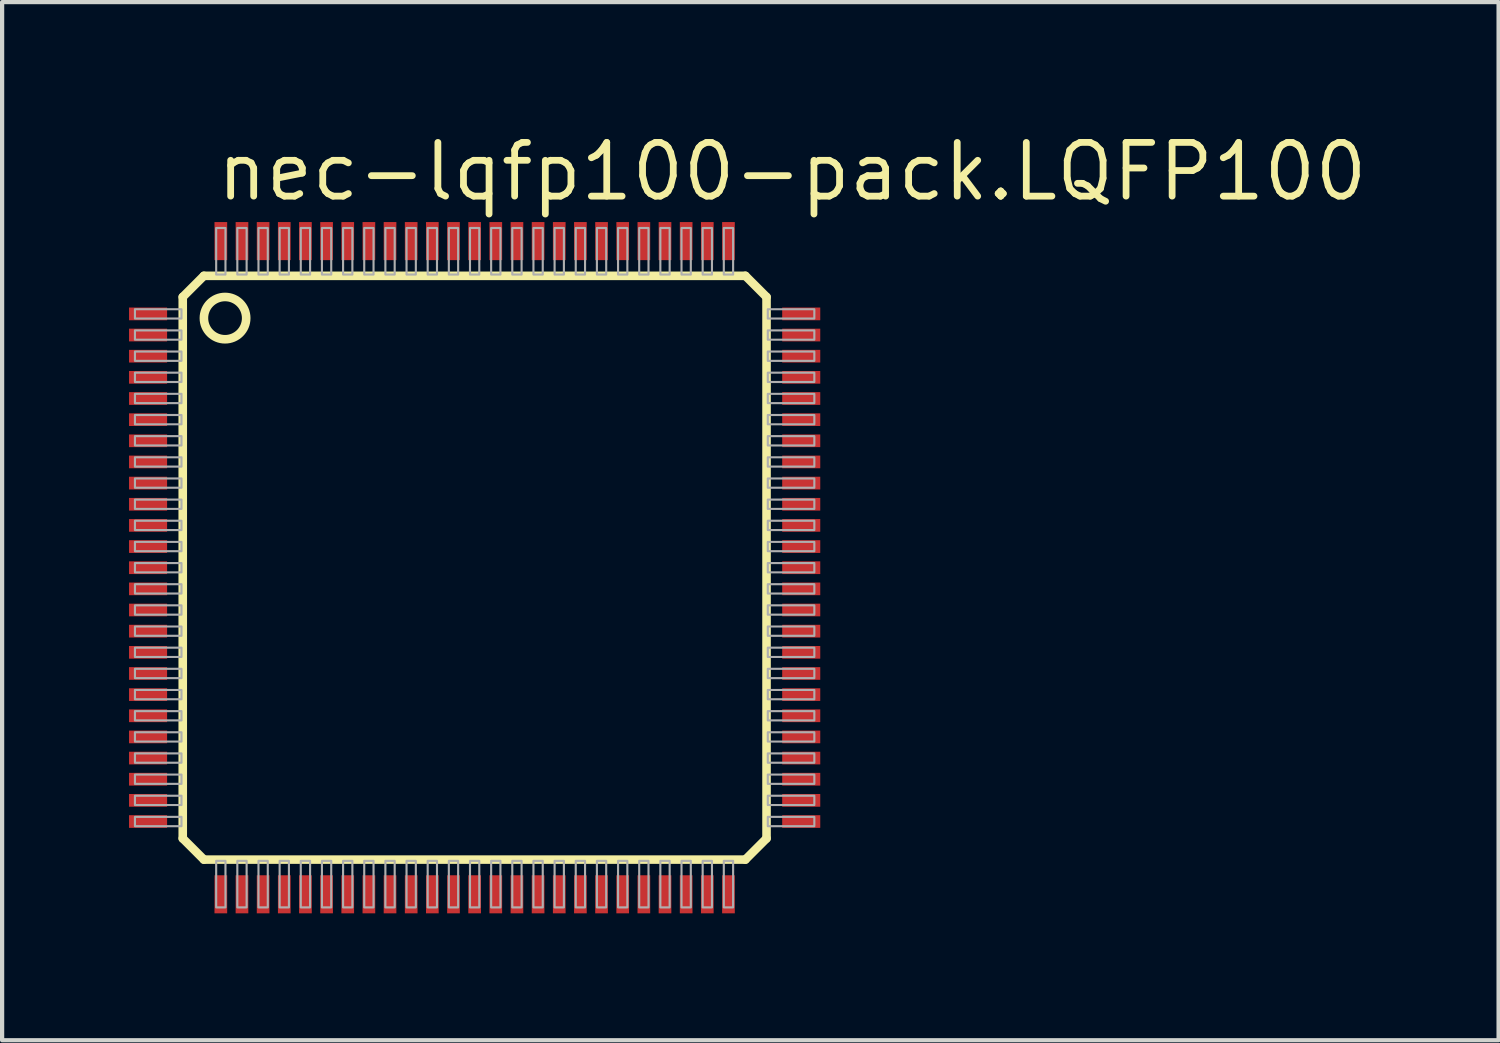
<source format=kicad_pcb>
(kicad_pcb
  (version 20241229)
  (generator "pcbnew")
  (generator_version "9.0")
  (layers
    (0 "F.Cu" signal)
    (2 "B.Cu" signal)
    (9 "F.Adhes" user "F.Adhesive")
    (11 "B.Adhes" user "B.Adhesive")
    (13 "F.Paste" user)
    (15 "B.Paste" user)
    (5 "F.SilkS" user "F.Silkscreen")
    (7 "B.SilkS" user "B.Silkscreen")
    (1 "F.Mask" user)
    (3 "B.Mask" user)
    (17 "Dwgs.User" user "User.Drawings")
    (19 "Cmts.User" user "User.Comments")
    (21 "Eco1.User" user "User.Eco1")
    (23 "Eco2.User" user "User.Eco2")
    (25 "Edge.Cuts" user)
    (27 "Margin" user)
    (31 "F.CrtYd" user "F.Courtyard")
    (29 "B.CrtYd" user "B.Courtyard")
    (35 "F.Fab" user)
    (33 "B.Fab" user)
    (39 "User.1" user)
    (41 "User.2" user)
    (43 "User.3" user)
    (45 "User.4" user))
  (footprint "nec-lqfp100-pack.LQFP100"
    (layer "F.Cu")
    (at 8.17 10.37)
    (property "Reference" "nec-lqfp100-pack.LQFP100" (at -6.175 -8.62 0) (layer "F.SilkS") (effects (font (size 1.27 1.27) (thickness 0.16)) (justify left bottom)))
    (attr smd)
    (fp_line (start -6.9 -6.4) (end -6.9 6.4) (stroke (width 0.203) (type default)) (layer "F.SilkS"))
    (fp_line (start -6.4 -6.9) (end -6.9 -6.4) (stroke (width 0.203) (type default)) (layer "F.SilkS"))
    (fp_line (start -6.4 6.9) (end -6.9 6.4) (stroke (width 0.203) (type default)) (layer "F.SilkS"))
    (fp_line (start -6.4 6.9) (end 6.4 6.9) (stroke (width 0.203) (type default)) (layer "F.SilkS"))
    (fp_line (start 6.4 -6.9) (end -6.4 -6.9) (stroke (width 0.203) (type default)) (layer "F.SilkS"))
    (fp_line (start 6.4 -6.9) (end 6.9 -6.4) (stroke (width 0.203) (type default)) (layer "F.SilkS"))
    (fp_line (start 6.4 6.9) (end 6.9 6.4) (stroke (width 0.203) (type default)) (layer "F.SilkS"))
    (fp_line (start 6.9 6.4) (end 6.9 -6.4) (stroke (width 0.203) (type default)) (layer "F.SilkS"))
    (fp_circle (center -5.9 -5.9) (end -5.4 -5.9) (stroke (width 0.203) (type default)) (fill no) (layer "F.SilkS"))
    (fp_rect (start -8.03 -5.89) (end -6.93 -6.11) (stroke (width 0.05) (type default)) (fill no) (layer "F.Fab"))
    (fp_rect (start -8.03 -5.39) (end -6.93 -5.61) (stroke (width 0.05) (type default)) (fill no) (layer "F.Fab"))
    (fp_rect (start -8.03 -4.89) (end -6.93 -5.11) (stroke (width 0.05) (type default)) (fill no) (layer "F.Fab"))
    (fp_rect (start -8.03 -4.39) (end -6.93 -4.61) (stroke (width 0.05) (type default)) (fill no) (layer "F.Fab"))
    (fp_rect (start -8.03 -3.89) (end -6.93 -4.11) (stroke (width 0.05) (type default)) (fill no) (layer "F.Fab"))
    (fp_rect (start -8.03 -3.39) (end -6.93 -3.61) (stroke (width 0.05) (type default)) (fill no) (layer "F.Fab"))
    (fp_rect (start -8.03 -2.89) (end -6.93 -3.11) (stroke (width 0.05) (type default)) (fill no) (layer "F.Fab"))
    (fp_rect (start -8.03 -2.39) (end -6.93 -2.61) (stroke (width 0.05) (type default)) (fill no) (layer "F.Fab"))
    (fp_rect (start -8.03 -1.89) (end -6.93 -2.11) (stroke (width 0.05) (type default)) (fill no) (layer "F.Fab"))
    (fp_rect (start -8.03 -1.39) (end -6.93 -1.61) (stroke (width 0.05) (type default)) (fill no) (layer "F.Fab"))
    (fp_rect (start -8.03 -0.89) (end -6.93 -1.11) (stroke (width 0.05) (type default)) (fill no) (layer "F.Fab"))
    (fp_rect (start -8.03 -0.39) (end -6.93 -0.61) (stroke (width 0.05) (type default)) (fill no) (layer "F.Fab"))
    (fp_rect (start -8.03 0.11) (end -6.93 -0.11) (stroke (width 0.05) (type default)) (fill no) (layer "F.Fab"))
    (fp_rect (start -8.03 0.61) (end -6.93 0.39) (stroke (width 0.05) (type default)) (fill no) (layer "F.Fab"))
    (fp_rect (start -8.03 1.11) (end -6.93 0.89) (stroke (width 0.05) (type default)) (fill no) (layer "F.Fab"))
    (fp_rect (start -8.03 1.61) (end -6.93 1.39) (stroke (width 0.05) (type default)) (fill no) (layer "F.Fab"))
    (fp_rect (start -8.03 2.11) (end -6.93 1.89) (stroke (width 0.05) (type default)) (fill no) (layer "F.Fab"))
    (fp_rect (start -8.03 2.61) (end -6.93 2.39) (stroke (width 0.05) (type default)) (fill no) (layer "F.Fab"))
    (fp_rect (start -8.03 3.11) (end -6.93 2.89) (stroke (width 0.05) (type default)) (fill no) (layer "F.Fab"))
    (fp_rect (start -8.03 3.61) (end -6.93 3.39) (stroke (width 0.05) (type default)) (fill no) (layer "F.Fab"))
    (fp_rect (start -8.03 4.11) (end -6.93 3.89) (stroke (width 0.05) (type default)) (fill no) (layer "F.Fab"))
    (fp_rect (start -8.03 4.61) (end -6.93 4.39) (stroke (width 0.05) (type default)) (fill no) (layer "F.Fab"))
    (fp_rect (start -8.03 5.11) (end -6.93 4.89) (stroke (width 0.05) (type default)) (fill no) (layer "F.Fab"))
    (fp_rect (start -8.03 5.61) (end -6.93 5.39) (stroke (width 0.05) (type default)) (fill no) (layer "F.Fab"))
    (fp_rect (start -8.03 6.11) (end -6.93 5.89) (stroke (width 0.05) (type default)) (fill no) (layer "F.Fab"))
    (fp_rect (start -6.11 -6.93) (end -5.89 -8.03) (stroke (width 0.05) (type default)) (fill no) (layer "F.Fab"))
    (fp_rect (start -6.11 8.03) (end -5.89 6.93) (stroke (width 0.05) (type default)) (fill no) (layer "F.Fab"))
    (fp_rect (start -5.61 -6.93) (end -5.39 -8.03) (stroke (width 0.05) (type default)) (fill no) (layer "F.Fab"))
    (fp_rect (start -5.61 8.03) (end -5.39 6.93) (stroke (width 0.05) (type default)) (fill no) (layer "F.Fab"))
    (fp_rect (start -5.11 -6.93) (end -4.89 -8.03) (stroke (width 0.05) (type default)) (fill no) (layer "F.Fab"))
    (fp_rect (start -5.11 8.03) (end -4.89 6.93) (stroke (width 0.05) (type default)) (fill no) (layer "F.Fab"))
    (fp_rect (start -4.61 -6.93) (end -4.39 -8.03) (stroke (width 0.05) (type default)) (fill no) (layer "F.Fab"))
    (fp_rect (start -4.61 8.03) (end -4.39 6.93) (stroke (width 0.05) (type default)) (fill no) (layer "F.Fab"))
    (fp_rect (start -4.11 -6.93) (end -3.89 -8.03) (stroke (width 0.05) (type default)) (fill no) (layer "F.Fab"))
    (fp_rect (start -4.11 8.03) (end -3.89 6.93) (stroke (width 0.05) (type default)) (fill no) (layer "F.Fab"))
    (fp_rect (start -3.61 -6.93) (end -3.39 -8.03) (stroke (width 0.05) (type default)) (fill no) (layer "F.Fab"))
    (fp_rect (start -3.61 8.03) (end -3.39 6.93) (stroke (width 0.05) (type default)) (fill no) (layer "F.Fab"))
    (fp_rect (start -3.11 -6.93) (end -2.89 -8.03) (stroke (width 0.05) (type default)) (fill no) (layer "F.Fab"))
    (fp_rect (start -3.11 8.03) (end -2.89 6.93) (stroke (width 0.05) (type default)) (fill no) (layer "F.Fab"))
    (fp_rect (start -2.61 -6.93) (end -2.39 -8.03) (stroke (width 0.05) (type default)) (fill no) (layer "F.Fab"))
    (fp_rect (start -2.61 8.03) (end -2.39 6.93) (stroke (width 0.05) (type default)) (fill no) (layer "F.Fab"))
    (fp_rect (start -2.11 -6.93) (end -1.89 -8.03) (stroke (width 0.05) (type default)) (fill no) (layer "F.Fab"))
    (fp_rect (start -2.11 8.03) (end -1.89 6.93) (stroke (width 0.05) (type default)) (fill no) (layer "F.Fab"))
    (fp_rect (start -1.61 -6.93) (end -1.39 -8.03) (stroke (width 0.05) (type default)) (fill no) (layer "F.Fab"))
    (fp_rect (start -1.61 8.03) (end -1.39 6.93) (stroke (width 0.05) (type default)) (fill no) (layer "F.Fab"))
    (fp_rect (start -1.11 -6.93) (end -0.89 -8.03) (stroke (width 0.05) (type default)) (fill no) (layer "F.Fab"))
    (fp_rect (start -1.11 8.03) (end -0.89 6.93) (stroke (width 0.05) (type default)) (fill no) (layer "F.Fab"))
    (fp_rect (start -0.61 -6.93) (end -0.39 -8.03) (stroke (width 0.05) (type default)) (fill no) (layer "F.Fab"))
    (fp_rect (start -0.61 8.03) (end -0.39 6.93) (stroke (width 0.05) (type default)) (fill no) (layer "F.Fab"))
    (fp_rect (start -0.11 -6.93) (end 0.11 -8.03) (stroke (width 0.05) (type default)) (fill no) (layer "F.Fab"))
    (fp_rect (start -0.11 8.03) (end 0.11 6.93) (stroke (width 0.05) (type default)) (fill no) (layer "F.Fab"))
    (fp_rect (start 0.39 -6.93) (end 0.61 -8.03) (stroke (width 0.05) (type default)) (fill no) (layer "F.Fab"))
    (fp_rect (start 0.39 8.03) (end 0.61 6.93) (stroke (width 0.05) (type default)) (fill no) (layer "F.Fab"))
    (fp_rect (start 0.89 -6.93) (end 1.11 -8.03) (stroke (width 0.05) (type default)) (fill no) (layer "F.Fab"))
    (fp_rect (start 0.89 8.03) (end 1.11 6.93) (stroke (width 0.05) (type default)) (fill no) (layer "F.Fab"))
    (fp_rect (start 1.39 -6.93) (end 1.61 -8.03) (stroke (width 0.05) (type default)) (fill no) (layer "F.Fab"))
    (fp_rect (start 1.39 8.03) (end 1.61 6.93) (stroke (width 0.05) (type default)) (fill no) (layer "F.Fab"))
    (fp_rect (start 1.89 -6.93) (end 2.11 -8.03) (stroke (width 0.05) (type default)) (fill no) (layer "F.Fab"))
    (fp_rect (start 1.89 8.03) (end 2.11 6.93) (stroke (width 0.05) (type default)) (fill no) (layer "F.Fab"))
    (fp_rect (start 2.39 -6.93) (end 2.61 -8.03) (stroke (width 0.05) (type default)) (fill no) (layer "F.Fab"))
    (fp_rect (start 2.39 8.03) (end 2.61 6.93) (stroke (width 0.05) (type default)) (fill no) (layer "F.Fab"))
    (fp_rect (start 2.89 -6.93) (end 3.11 -8.03) (stroke (width 0.05) (type default)) (fill no) (layer "F.Fab"))
    (fp_rect (start 2.89 8.03) (end 3.11 6.93) (stroke (width 0.05) (type default)) (fill no) (layer "F.Fab"))
    (fp_rect (start 3.39 -6.93) (end 3.61 -8.03) (stroke (width 0.05) (type default)) (fill no) (layer "F.Fab"))
    (fp_rect (start 3.39 8.03) (end 3.61 6.93) (stroke (width 0.05) (type default)) (fill no) (layer "F.Fab"))
    (fp_rect (start 3.89 -6.93) (end 4.11 -8.03) (stroke (width 0.05) (type default)) (fill no) (layer "F.Fab"))
    (fp_rect (start 3.89 8.03) (end 4.11 6.93) (stroke (width 0.05) (type default)) (fill no) (layer "F.Fab"))
    (fp_rect (start 4.39 -6.93) (end 4.61 -8.03) (stroke (width 0.05) (type default)) (fill no) (layer "F.Fab"))
    (fp_rect (start 4.39 8.03) (end 4.61 6.93) (stroke (width 0.05) (type default)) (fill no) (layer "F.Fab"))
    (fp_rect (start 4.89 -6.93) (end 5.11 -8.03) (stroke (width 0.05) (type default)) (fill no) (layer "F.Fab"))
    (fp_rect (start 4.89 8.03) (end 5.11 6.93) (stroke (width 0.05) (type default)) (fill no) (layer "F.Fab"))
    (fp_rect (start 5.39 -6.93) (end 5.61 -8.03) (stroke (width 0.05) (type default)) (fill no) (layer "F.Fab"))
    (fp_rect (start 5.39 8.03) (end 5.61 6.93) (stroke (width 0.05) (type default)) (fill no) (layer "F.Fab"))
    (fp_rect (start 5.89 -6.93) (end 6.11 -8.03) (stroke (width 0.05) (type default)) (fill no) (layer "F.Fab"))
    (fp_rect (start 5.89 8.03) (end 6.11 6.93) (stroke (width 0.05) (type default)) (fill no) (layer "F.Fab"))
    (fp_rect (start 6.93 -5.89) (end 8.03 -6.11) (stroke (width 0.05) (type default)) (fill no) (layer "F.Fab"))
    (fp_rect (start 6.93 -5.39) (end 8.03 -5.61) (stroke (width 0.05) (type default)) (fill no) (layer "F.Fab"))
    (fp_rect (start 6.93 -4.89) (end 8.03 -5.11) (stroke (width 0.05) (type default)) (fill no) (layer "F.Fab"))
    (fp_rect (start 6.93 -4.39) (end 8.03 -4.61) (stroke (width 0.05) (type default)) (fill no) (layer "F.Fab"))
    (fp_rect (start 6.93 -3.89) (end 8.03 -4.11) (stroke (width 0.05) (type default)) (fill no) (layer "F.Fab"))
    (fp_rect (start 6.93 -3.39) (end 8.03 -3.61) (stroke (width 0.05) (type default)) (fill no) (layer "F.Fab"))
    (fp_rect (start 6.93 -2.89) (end 8.03 -3.11) (stroke (width 0.05) (type default)) (fill no) (layer "F.Fab"))
    (fp_rect (start 6.93 -2.39) (end 8.03 -2.61) (stroke (width 0.05) (type default)) (fill no) (layer "F.Fab"))
    (fp_rect (start 6.93 -1.89) (end 8.03 -2.11) (stroke (width 0.05) (type default)) (fill no) (layer "F.Fab"))
    (fp_rect (start 6.93 -1.39) (end 8.03 -1.61) (stroke (width 0.05) (type default)) (fill no) (layer "F.Fab"))
    (fp_rect (start 6.93 -0.89) (end 8.03 -1.11) (stroke (width 0.05) (type default)) (fill no) (layer "F.Fab"))
    (fp_rect (start 6.93 -0.39) (end 8.03 -0.61) (stroke (width 0.05) (type default)) (fill no) (layer "F.Fab"))
    (fp_rect (start 6.93 0.11) (end 8.03 -0.11) (stroke (width 0.05) (type default)) (fill no) (layer "F.Fab"))
    (fp_rect (start 6.93 0.61) (end 8.03 0.39) (stroke (width 0.05) (type default)) (fill no) (layer "F.Fab"))
    (fp_rect (start 6.93 1.11) (end 8.03 0.89) (stroke (width 0.05) (type default)) (fill no) (layer "F.Fab"))
    (fp_rect (start 6.93 1.61) (end 8.03 1.39) (stroke (width 0.05) (type default)) (fill no) (layer "F.Fab"))
    (fp_rect (start 6.93 2.11) (end 8.03 1.89) (stroke (width 0.05) (type default)) (fill no) (layer "F.Fab"))
    (fp_rect (start 6.93 2.61) (end 8.03 2.39) (stroke (width 0.05) (type default)) (fill no) (layer "F.Fab"))
    (fp_rect (start 6.93 3.11) (end 8.03 2.89) (stroke (width 0.05) (type default)) (fill no) (layer "F.Fab"))
    (fp_rect (start 6.93 3.61) (end 8.03 3.39) (stroke (width 0.05) (type default)) (fill no) (layer "F.Fab"))
    (fp_rect (start 6.93 4.11) (end 8.03 3.89) (stroke (width 0.05) (type default)) (fill no) (layer "F.Fab"))
    (fp_rect (start 6.93 4.61) (end 8.03 4.39) (stroke (width 0.05) (type default)) (fill no) (layer "F.Fab"))
    (fp_rect (start 6.93 5.11) (end 8.03 4.89) (stroke (width 0.05) (type default)) (fill no) (layer "F.Fab"))
    (fp_rect (start 6.93 5.61) (end 8.03 5.39) (stroke (width 0.05) (type default)) (fill no) (layer "F.Fab"))
    (fp_rect (start 6.93 6.11) (end 8.03 5.89) (stroke (width 0.05) (type default)) (fill no) (layer "F.Fab"))
    (pad "1" smd roundrect (at -7.72 -6) (size 0.9 0.3) (layers "F.Cu" "F.Mask" "F.Paste") (roundrect_rratio 0.01))
    (pad "2" smd roundrect (at -7.72 -5.5) (size 0.9 0.3) (layers "F.Cu" "F.Mask" "F.Paste") (roundrect_rratio 0.01))
    (pad "3" smd roundrect (at -7.72 -5) (size 0.9 0.3) (layers "F.Cu" "F.Mask" "F.Paste") (roundrect_rratio 0.01))
    (pad "4" smd roundrect (at -7.72 -4.5) (size 0.9 0.3) (layers "F.Cu" "F.Mask" "F.Paste") (roundrect_rratio 0.01))
    (pad "5" smd roundrect (at -7.72 -4) (size 0.9 0.3) (layers "F.Cu" "F.Mask" "F.Paste") (roundrect_rratio 0.01))
    (pad "6" smd roundrect (at -7.72 -3.5) (size 0.9 0.3) (layers "F.Cu" "F.Mask" "F.Paste") (roundrect_rratio 0.01))
    (pad "7" smd roundrect (at -7.72 -3) (size 0.9 0.3) (layers "F.Cu" "F.Mask" "F.Paste") (roundrect_rratio 0.01))
    (pad "8" smd roundrect (at -7.72 -2.5) (size 0.9 0.3) (layers "F.Cu" "F.Mask" "F.Paste") (roundrect_rratio 0.01))
    (pad "9" smd roundrect (at -7.72 -2) (size 0.9 0.3) (layers "F.Cu" "F.Mask" "F.Paste") (roundrect_rratio 0.01))
    (pad "10" smd roundrect (at -7.72 -1.5) (size 0.9 0.3) (layers "F.Cu" "F.Mask" "F.Paste") (roundrect_rratio 0.01))
    (pad "11" smd roundrect (at -7.72 -1) (size 0.9 0.3) (layers "F.Cu" "F.Mask" "F.Paste") (roundrect_rratio 0.01))
    (pad "12" smd roundrect (at -7.72 -0.5) (size 0.9 0.3) (layers "F.Cu" "F.Mask" "F.Paste") (roundrect_rratio 0.01))
    (pad "13" smd roundrect (at -7.72 0) (size 0.9 0.3) (layers "F.Cu" "F.Mask" "F.Paste") (roundrect_rratio 0.01))
    (pad "14" smd roundrect (at -7.72 0.5) (size 0.9 0.3) (layers "F.Cu" "F.Mask" "F.Paste") (roundrect_rratio 0.01))
    (pad "15" smd roundrect (at -7.72 1) (size 0.9 0.3) (layers "F.Cu" "F.Mask" "F.Paste") (roundrect_rratio 0.01))
    (pad "16" smd roundrect (at -7.72 1.5) (size 0.9 0.3) (layers "F.Cu" "F.Mask" "F.Paste") (roundrect_rratio 0.01))
    (pad "17" smd roundrect (at -7.72 2) (size 0.9 0.3) (layers "F.Cu" "F.Mask" "F.Paste") (roundrect_rratio 0.01))
    (pad "18" smd roundrect (at -7.72 2.5) (size 0.9 0.3) (layers "F.Cu" "F.Mask" "F.Paste") (roundrect_rratio 0.01))
    (pad "19" smd roundrect (at -7.72 3) (size 0.9 0.3) (layers "F.Cu" "F.Mask" "F.Paste") (roundrect_rratio 0.01))
    (pad "20" smd roundrect (at -7.72 3.5) (size 0.9 0.3) (layers "F.Cu" "F.Mask" "F.Paste") (roundrect_rratio 0.01))
    (pad "21" smd roundrect (at -7.72 4) (size 0.9 0.3) (layers "F.Cu" "F.Mask" "F.Paste") (roundrect_rratio 0.01))
    (pad "22" smd roundrect (at -7.72 4.5) (size 0.9 0.3) (layers "F.Cu" "F.Mask" "F.Paste") (roundrect_rratio 0.01))
    (pad "23" smd roundrect (at -7.72 5) (size 0.9 0.3) (layers "F.Cu" "F.Mask" "F.Paste") (roundrect_rratio 0.01))
    (pad "24" smd roundrect (at -7.72 5.5) (size 0.9 0.3) (layers "F.Cu" "F.Mask" "F.Paste") (roundrect_rratio 0.01))
    (pad "25" smd roundrect (at -7.72 6) (size 0.9 0.3) (layers "F.Cu" "F.Mask" "F.Paste") (roundrect_rratio 0.01))
    (pad "26" smd roundrect (at -6 7.72) (size 0.3 0.9) (layers "F.Cu" "F.Mask" "F.Paste") (roundrect_rratio 0.01))
    (pad "27" smd roundrect (at -5.5 7.72) (size 0.3 0.9) (layers "F.Cu" "F.Mask" "F.Paste") (roundrect_rratio 0.01))
    (pad "28" smd roundrect (at -5 7.72) (size 0.3 0.9) (layers "F.Cu" "F.Mask" "F.Paste") (roundrect_rratio 0.01))
    (pad "29" smd roundrect (at -4.5 7.72) (size 0.3 0.9) (layers "F.Cu" "F.Mask" "F.Paste") (roundrect_rratio 0.01))
    (pad "30" smd roundrect (at -4 7.72) (size 0.3 0.9) (layers "F.Cu" "F.Mask" "F.Paste") (roundrect_rratio 0.01))
    (pad "31" smd roundrect (at -3.5 7.72) (size 0.3 0.9) (layers "F.Cu" "F.Mask" "F.Paste") (roundrect_rratio 0.01))
    (pad "32" smd roundrect (at -3 7.72) (size 0.3 0.9) (layers "F.Cu" "F.Mask" "F.Paste") (roundrect_rratio 0.01))
    (pad "33" smd roundrect (at -2.5 7.72) (size 0.3 0.9) (layers "F.Cu" "F.Mask" "F.Paste") (roundrect_rratio 0.01))
    (pad "34" smd roundrect (at -2 7.72) (size 0.3 0.9) (layers "F.Cu" "F.Mask" "F.Paste") (roundrect_rratio 0.01))
    (pad "35" smd roundrect (at -1.5 7.72) (size 0.3 0.9) (layers "F.Cu" "F.Mask" "F.Paste") (roundrect_rratio 0.01))
    (pad "36" smd roundrect (at -1 7.72) (size 0.3 0.9) (layers "F.Cu" "F.Mask" "F.Paste") (roundrect_rratio 0.01))
    (pad "37" smd roundrect (at -0.5 7.72) (size 0.3 0.9) (layers "F.Cu" "F.Mask" "F.Paste") (roundrect_rratio 0.01))
    (pad "38" smd roundrect (at 0 7.72) (size 0.3 0.9) (layers "F.Cu" "F.Mask" "F.Paste") (roundrect_rratio 0.01))
    (pad "39" smd roundrect (at 0.5 7.72) (size 0.3 0.9) (layers "F.Cu" "F.Mask" "F.Paste") (roundrect_rratio 0.01))
    (pad "40" smd roundrect (at 1 7.72) (size 0.3 0.9) (layers "F.Cu" "F.Mask" "F.Paste") (roundrect_rratio 0.01))
    (pad "41" smd roundrect (at 1.5 7.72) (size 0.3 0.9) (layers "F.Cu" "F.Mask" "F.Paste") (roundrect_rratio 0.01))
    (pad "42" smd roundrect (at 2 7.72) (size 0.3 0.9) (layers "F.Cu" "F.Mask" "F.Paste") (roundrect_rratio 0.01))
    (pad "43" smd roundrect (at 2.5 7.72) (size 0.3 0.9) (layers "F.Cu" "F.Mask" "F.Paste") (roundrect_rratio 0.01))
    (pad "44" smd roundrect (at 3 7.72) (size 0.3 0.9) (layers "F.Cu" "F.Mask" "F.Paste") (roundrect_rratio 0.01))
    (pad "45" smd roundrect (at 3.5 7.72) (size 0.3 0.9) (layers "F.Cu" "F.Mask" "F.Paste") (roundrect_rratio 0.01))
    (pad "46" smd roundrect (at 4 7.72) (size 0.3 0.9) (layers "F.Cu" "F.Mask" "F.Paste") (roundrect_rratio 0.01))
    (pad "47" smd roundrect (at 4.5 7.72) (size 0.3 0.9) (layers "F.Cu" "F.Mask" "F.Paste") (roundrect_rratio 0.01))
    (pad "48" smd roundrect (at 5 7.72) (size 0.3 0.9) (layers "F.Cu" "F.Mask" "F.Paste") (roundrect_rratio 0.01))
    (pad "49" smd roundrect (at 5.5 7.72) (size 0.3 0.9) (layers "F.Cu" "F.Mask" "F.Paste") (roundrect_rratio 0.01))
    (pad "50" smd roundrect (at 6 7.72) (size 0.3 0.9) (layers "F.Cu" "F.Mask" "F.Paste") (roundrect_rratio 0.01))
    (pad "51" smd roundrect (at 7.72 6) (size 0.9 0.3) (layers "F.Cu" "F.Mask" "F.Paste") (roundrect_rratio 0.01))
    (pad "52" smd roundrect (at 7.72 5.5) (size 0.9 0.3) (layers "F.Cu" "F.Mask" "F.Paste") (roundrect_rratio 0.01))
    (pad "53" smd roundrect (at 7.72 5) (size 0.9 0.3) (layers "F.Cu" "F.Mask" "F.Paste") (roundrect_rratio 0.01))
    (pad "54" smd roundrect (at 7.72 4.5) (size 0.9 0.3) (layers "F.Cu" "F.Mask" "F.Paste") (roundrect_rratio 0.01))
    (pad "55" smd roundrect (at 7.72 4) (size 0.9 0.3) (layers "F.Cu" "F.Mask" "F.Paste") (roundrect_rratio 0.01))
    (pad "56" smd roundrect (at 7.72 3.5) (size 0.9 0.3) (layers "F.Cu" "F.Mask" "F.Paste") (roundrect_rratio 0.01))
    (pad "57" smd roundrect (at 7.72 3) (size 0.9 0.3) (layers "F.Cu" "F.Mask" "F.Paste") (roundrect_rratio 0.01))
    (pad "58" smd roundrect (at 7.72 2.5) (size 0.9 0.3) (layers "F.Cu" "F.Mask" "F.Paste") (roundrect_rratio 0.01))
    (pad "59" smd roundrect (at 7.72 2) (size 0.9 0.3) (layers "F.Cu" "F.Mask" "F.Paste") (roundrect_rratio 0.01))
    (pad "60" smd roundrect (at 7.72 1.5) (size 0.9 0.3) (layers "F.Cu" "F.Mask" "F.Paste") (roundrect_rratio 0.01))
    (pad "61" smd roundrect (at 7.72 1) (size 0.9 0.3) (layers "F.Cu" "F.Mask" "F.Paste") (roundrect_rratio 0.01))
    (pad "62" smd roundrect (at 7.72 0.5) (size 0.9 0.3) (layers "F.Cu" "F.Mask" "F.Paste") (roundrect_rratio 0.01))
    (pad "63" smd roundrect (at 7.72 0) (size 0.9 0.3) (layers "F.Cu" "F.Mask" "F.Paste") (roundrect_rratio 0.01))
    (pad "64" smd roundrect (at 7.72 -0.5) (size 0.9 0.3) (layers "F.Cu" "F.Mask" "F.Paste") (roundrect_rratio 0.01))
    (pad "65" smd roundrect (at 7.72 -1) (size 0.9 0.3) (layers "F.Cu" "F.Mask" "F.Paste") (roundrect_rratio 0.01))
    (pad "66" smd roundrect (at 7.72 -1.5) (size 0.9 0.3) (layers "F.Cu" "F.Mask" "F.Paste") (roundrect_rratio 0.01))
    (pad "67" smd roundrect (at 7.72 -2) (size 0.9 0.3) (layers "F.Cu" "F.Mask" "F.Paste") (roundrect_rratio 0.01))
    (pad "68" smd roundrect (at 7.72 -2.5) (size 0.9 0.3) (layers "F.Cu" "F.Mask" "F.Paste") (roundrect_rratio 0.01))
    (pad "69" smd roundrect (at 7.72 -3) (size 0.9 0.3) (layers "F.Cu" "F.Mask" "F.Paste") (roundrect_rratio 0.01))
    (pad "70" smd roundrect (at 7.72 -3.5) (size 0.9 0.3) (layers "F.Cu" "F.Mask" "F.Paste") (roundrect_rratio 0.01))
    (pad "71" smd roundrect (at 7.72 -4) (size 0.9 0.3) (layers "F.Cu" "F.Mask" "F.Paste") (roundrect_rratio 0.01))
    (pad "72" smd roundrect (at 7.72 -4.5) (size 0.9 0.3) (layers "F.Cu" "F.Mask" "F.Paste") (roundrect_rratio 0.01))
    (pad "73" smd roundrect (at 7.72 -5) (size 0.9 0.3) (layers "F.Cu" "F.Mask" "F.Paste") (roundrect_rratio 0.01))
    (pad "74" smd roundrect (at 7.72 -5.5) (size 0.9 0.3) (layers "F.Cu" "F.Mask" "F.Paste") (roundrect_rratio 0.01))
    (pad "75" smd roundrect (at 7.72 -6) (size 0.9 0.3) (layers "F.Cu" "F.Mask" "F.Paste") (roundrect_rratio 0.01))
    (pad "76" smd roundrect (at 6 -7.72) (size 0.3 0.9) (layers "F.Cu" "F.Mask" "F.Paste") (roundrect_rratio 0.01))
    (pad "77" smd roundrect (at 5.5 -7.72) (size 0.3 0.9) (layers "F.Cu" "F.Mask" "F.Paste") (roundrect_rratio 0.01))
    (pad "78" smd roundrect (at 5 -7.72) (size 0.3 0.9) (layers "F.Cu" "F.Mask" "F.Paste") (roundrect_rratio 0.01))
    (pad "79" smd roundrect (at 4.5 -7.72) (size 0.3 0.9) (layers "F.Cu" "F.Mask" "F.Paste") (roundrect_rratio 0.01))
    (pad "80" smd roundrect (at 4 -7.72) (size 0.3 0.9) (layers "F.Cu" "F.Mask" "F.Paste") (roundrect_rratio 0.01))
    (pad "81" smd roundrect (at 3.5 -7.72) (size 0.3 0.9) (layers "F.Cu" "F.Mask" "F.Paste") (roundrect_rratio 0.01))
    (pad "82" smd roundrect (at 3 -7.72) (size 0.3 0.9) (layers "F.Cu" "F.Mask" "F.Paste") (roundrect_rratio 0.01))
    (pad "83" smd roundrect (at 2.5 -7.72) (size 0.3 0.9) (layers "F.Cu" "F.Mask" "F.Paste") (roundrect_rratio 0.01))
    (pad "84" smd roundrect (at 2 -7.72) (size 0.3 0.9) (layers "F.Cu" "F.Mask" "F.Paste") (roundrect_rratio 0.01))
    (pad "85" smd roundrect (at 1.5 -7.72) (size 0.3 0.9) (layers "F.Cu" "F.Mask" "F.Paste") (roundrect_rratio 0.01))
    (pad "86" smd roundrect (at 1 -7.72) (size 0.3 0.9) (layers "F.Cu" "F.Mask" "F.Paste") (roundrect_rratio 0.01))
    (pad "87" smd roundrect (at 0.5 -7.72) (size 0.3 0.9) (layers "F.Cu" "F.Mask" "F.Paste") (roundrect_rratio 0.01))
    (pad "88" smd roundrect (at 0 -7.72) (size 0.3 0.9) (layers "F.Cu" "F.Mask" "F.Paste") (roundrect_rratio 0.01))
    (pad "89" smd roundrect (at -0.5 -7.72) (size 0.3 0.9) (layers "F.Cu" "F.Mask" "F.Paste") (roundrect_rratio 0.01))
    (pad "90" smd roundrect (at -1 -7.72) (size 0.3 0.9) (layers "F.Cu" "F.Mask" "F.Paste") (roundrect_rratio 0.01))
    (pad "91" smd roundrect (at -1.5 -7.72) (size 0.3 0.9) (layers "F.Cu" "F.Mask" "F.Paste") (roundrect_rratio 0.01))
    (pad "92" smd roundrect (at -2 -7.72) (size 0.3 0.9) (layers "F.Cu" "F.Mask" "F.Paste") (roundrect_rratio 0.01))
    (pad "93" smd roundrect (at -2.5 -7.72) (size 0.3 0.9) (layers "F.Cu" "F.Mask" "F.Paste") (roundrect_rratio 0.01))
    (pad "94" smd roundrect (at -3 -7.72) (size 0.3 0.9) (layers "F.Cu" "F.Mask" "F.Paste") (roundrect_rratio 0.01))
    (pad "95" smd roundrect (at -3.5 -7.72) (size 0.3 0.9) (layers "F.Cu" "F.Mask" "F.Paste") (roundrect_rratio 0.01))
    (pad "96" smd roundrect (at -4 -7.72) (size 0.3 0.9) (layers "F.Cu" "F.Mask" "F.Paste") (roundrect_rratio 0.01))
    (pad "97" smd roundrect (at -4.5 -7.72) (size 0.3 0.9) (layers "F.Cu" "F.Mask" "F.Paste") (roundrect_rratio 0.01))
    (pad "98" smd roundrect (at -5 -7.72) (size 0.3 0.9) (layers "F.Cu" "F.Mask" "F.Paste") (roundrect_rratio 0.01))
    (pad "99" smd roundrect (at -5.5 -7.72) (size 0.3 0.9) (layers "F.Cu" "F.Mask" "F.Paste") (roundrect_rratio 0.01))
    (pad "100" smd roundrect (at -6 -7.72) (size 0.3 0.9) (layers "F.Cu" "F.Mask" "F.Paste") (roundrect_rratio 0.01)))
  (gr_rect
    (start -3 -3)
    (end 32.375 21.54)
    (stroke (width 0.1) (type default))
    (fill no)
    (layer "Edge.Cuts")))
</source>
